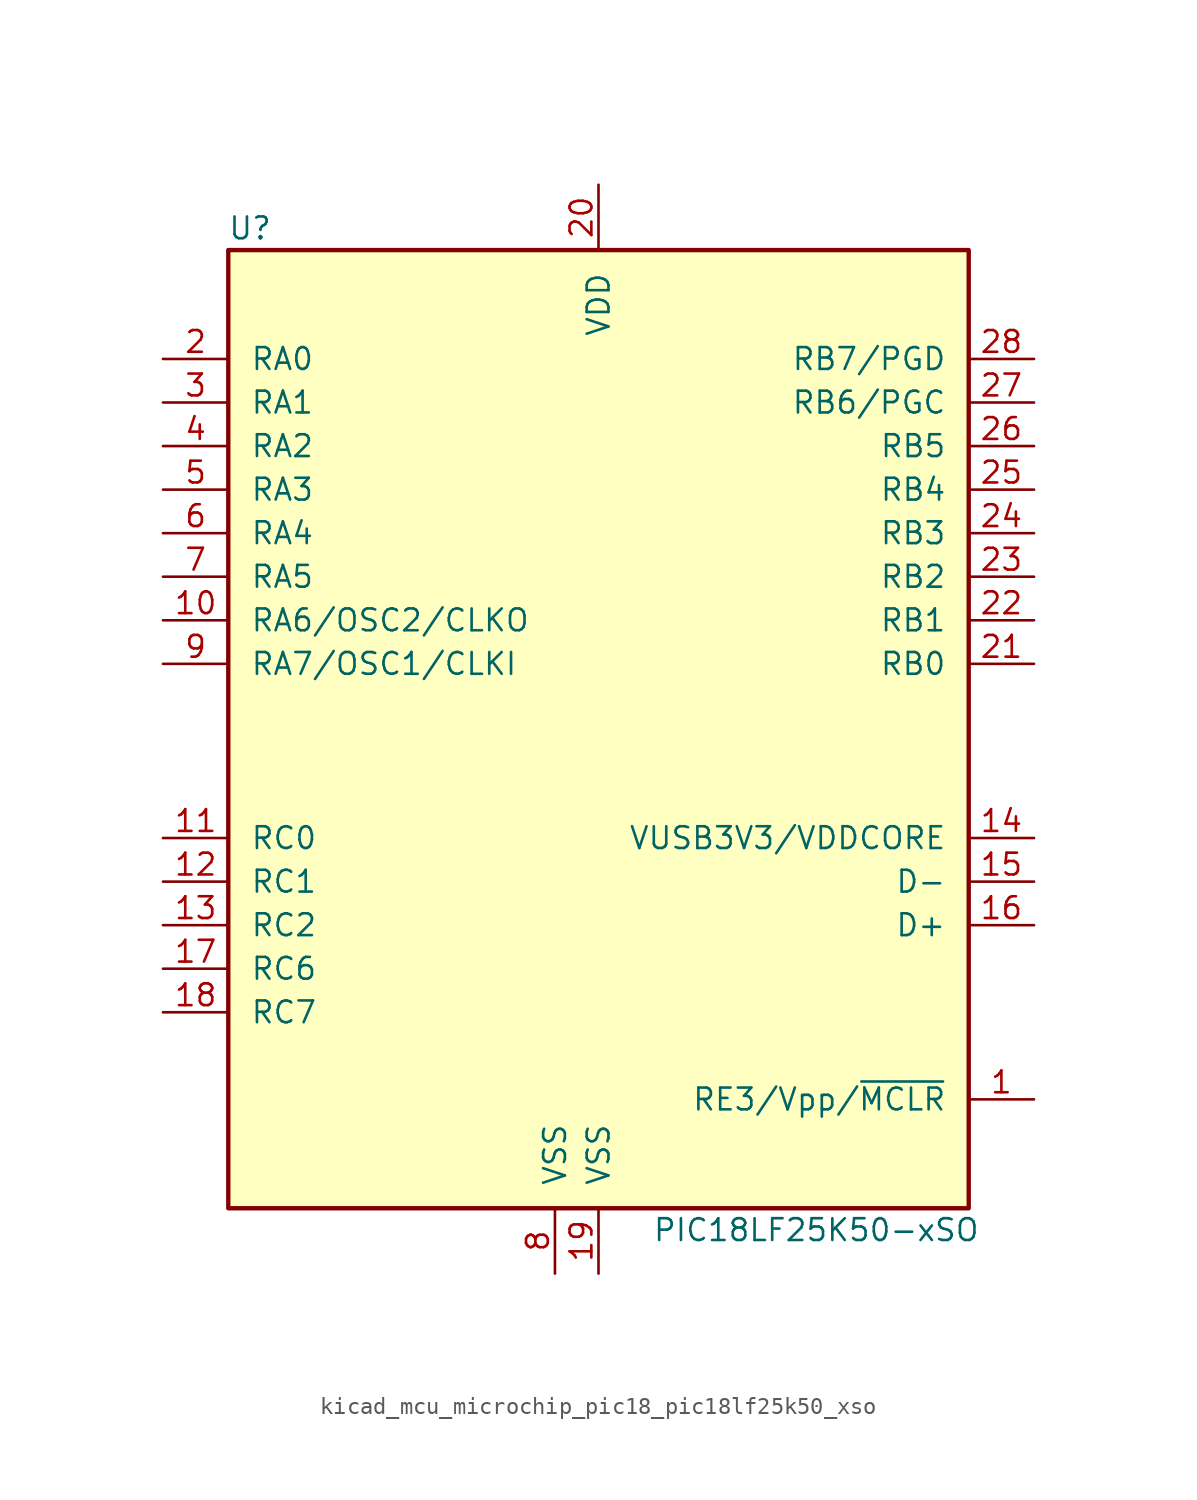
<source format=kicad_sym>
(kicad_symbol_lib
  (version 20220914)
  (generator kicad_symbol_editor)
  (symbol "kicad_mcu_microchip_pic18_pic18lf25k50_xso"
    (pin_names
      (offset 1.27))
    (property "Reference" "U"
      (at -20.32 30.48 0)
      (effects (font (size 1.27 1.27))))
    (property "Value" "PIC18LF25K50-xSO"
      (at 12.7 -27.94 0)
      (effects (font (size 1.27 1.27))))
    (symbol "kicad_mcu_microchip_pic18_pic18lf25k50_xso_0_1"
      (rectangle (start -21.59 29.21) (end 21.59 -26.67) (stroke (width 0.254) (type default)) (fill (type background))))
    (symbol "kicad_mcu_microchip_pic18_pic18lf25k50_xso_1_1"
      (pin input line (at 25.4 -20.32 180) (length 3.81) (name "RE3/Vpp/~{MCLR}" (effects (font (size 1.27 1.27)))) (number "1" (effects (font (size 1.27 1.27)))))
      (pin output line (at -25.4 7.62 0) (length 3.81) (name "RA6/OSC2/CLKO" (effects (font (size 1.27 1.27)))) (number "10" (effects (font (size 1.27 1.27)))))
      (pin bidirectional line (at -25.4 -5.08 0) (length 3.81) (name "RC0" (effects (font (size 1.27 1.27)))) (number "11" (effects (font (size 1.27 1.27)))))
      (pin bidirectional line (at -25.4 -7.62 0) (length 3.81) (name "RC1" (effects (font (size 1.27 1.27)))) (number "12" (effects (font (size 1.27 1.27)))))
      (pin bidirectional line (at -25.4 -10.16 0) (length 3.81) (name "RC2" (effects (font (size 1.27 1.27)))) (number "13" (effects (font (size 1.27 1.27)))))
      (pin bidirectional line (at 25.4 -5.08 180) (length 3.81) (name "VUSB3V3/VDDCORE" (effects (font (size 1.27 1.27)))) (number "14" (effects (font (size 1.27 1.27)))))
      (pin bidirectional line (at 25.4 -7.62 180) (length 3.81) (name "D-" (effects (font (size 1.27 1.27)))) (number "15" (effects (font (size 1.27 1.27)))))
      (pin bidirectional line (at 25.4 -10.16 180) (length 3.81) (name "D+" (effects (font (size 1.27 1.27)))) (number "16" (effects (font (size 1.27 1.27)))))
      (pin bidirectional line (at -25.4 -12.7 0) (length 3.81) (name "RC6" (effects (font (size 1.27 1.27)))) (number "17" (effects (font (size 1.27 1.27)))))
      (pin bidirectional line (at -25.4 -15.24 0) (length 3.81) (name "RC7" (effects (font (size 1.27 1.27)))) (number "18" (effects (font (size 1.27 1.27)))))
      (pin power_in line (at 0 -30.48 90) (length 3.81) (name "VSS" (effects (font (size 1.27 1.27)))) (number "19" (effects (font (size 1.27 1.27)))))
      (pin bidirectional line (at -25.4 22.86 0) (length 3.81) (name "RA0" (effects (font (size 1.27 1.27)))) (number "2" (effects (font (size 1.27 1.27)))))
      (pin power_in line (at 0 33.02 270) (length 3.81) (name "VDD" (effects (font (size 1.27 1.27)))) (number "20" (effects (font (size 1.27 1.27)))))
      (pin bidirectional line (at 25.4 5.08 180) (length 3.81) (name "RB0" (effects (font (size 1.27 1.27)))) (number "21" (effects (font (size 1.27 1.27)))))
      (pin bidirectional line (at 25.4 7.62 180) (length 3.81) (name "RB1" (effects (font (size 1.27 1.27)))) (number "22" (effects (font (size 1.27 1.27)))))
      (pin bidirectional line (at 25.4 10.16 180) (length 3.81) (name "RB2" (effects (font (size 1.27 1.27)))) (number "23" (effects (font (size 1.27 1.27)))))
      (pin bidirectional line (at 25.4 12.7 180) (length 3.81) (name "RB3" (effects (font (size 1.27 1.27)))) (number "24" (effects (font (size 1.27 1.27)))))
      (pin bidirectional line (at 25.4 15.24 180) (length 3.81) (name "RB4" (effects (font (size 1.27 1.27)))) (number "25" (effects (font (size 1.27 1.27)))))
      (pin bidirectional line (at 25.4 17.78 180) (length 3.81) (name "RB5" (effects (font (size 1.27 1.27)))) (number "26" (effects (font (size 1.27 1.27)))))
      (pin bidirectional line (at 25.4 20.32 180) (length 3.81) (name "RB6/PGC" (effects (font (size 1.27 1.27)))) (number "27" (effects (font (size 1.27 1.27)))))
      (pin bidirectional line (at 25.4 22.86 180) (length 3.81) (name "RB7/PGD" (effects (font (size 1.27 1.27)))) (number "28" (effects (font (size 1.27 1.27)))))
      (pin bidirectional line (at -25.4 20.32 0) (length 3.81) (name "RA1" (effects (font (size 1.27 1.27)))) (number "3" (effects (font (size 1.27 1.27)))))
      (pin bidirectional line (at -25.4 17.78 0) (length 3.81) (name "RA2" (effects (font (size 1.27 1.27)))) (number "4" (effects (font (size 1.27 1.27)))))
      (pin bidirectional line (at -25.4 15.24 0) (length 3.81) (name "RA3" (effects (font (size 1.27 1.27)))) (number "5" (effects (font (size 1.27 1.27)))))
      (pin bidirectional line (at -25.4 12.7 0) (length 3.81) (name "RA4" (effects (font (size 1.27 1.27)))) (number "6" (effects (font (size 1.27 1.27)))))
      (pin bidirectional line (at -25.4 10.16 0) (length 3.81) (name "RA5" (effects (font (size 1.27 1.27)))) (number "7" (effects (font (size 1.27 1.27)))))
      (pin power_in line (at -2.54 -30.48 90) (length 3.81) (name "VSS" (effects (font (size 1.27 1.27)))) (number "8" (effects (font (size 1.27 1.27)))))
      (pin input line (at -25.4 5.08 0) (length 3.81) (name "RA7/OSC1/CLKI" (effects (font (size 1.27 1.27)))) (number "9" (effects (font (size 1.27 1.27))))))))
</source>
